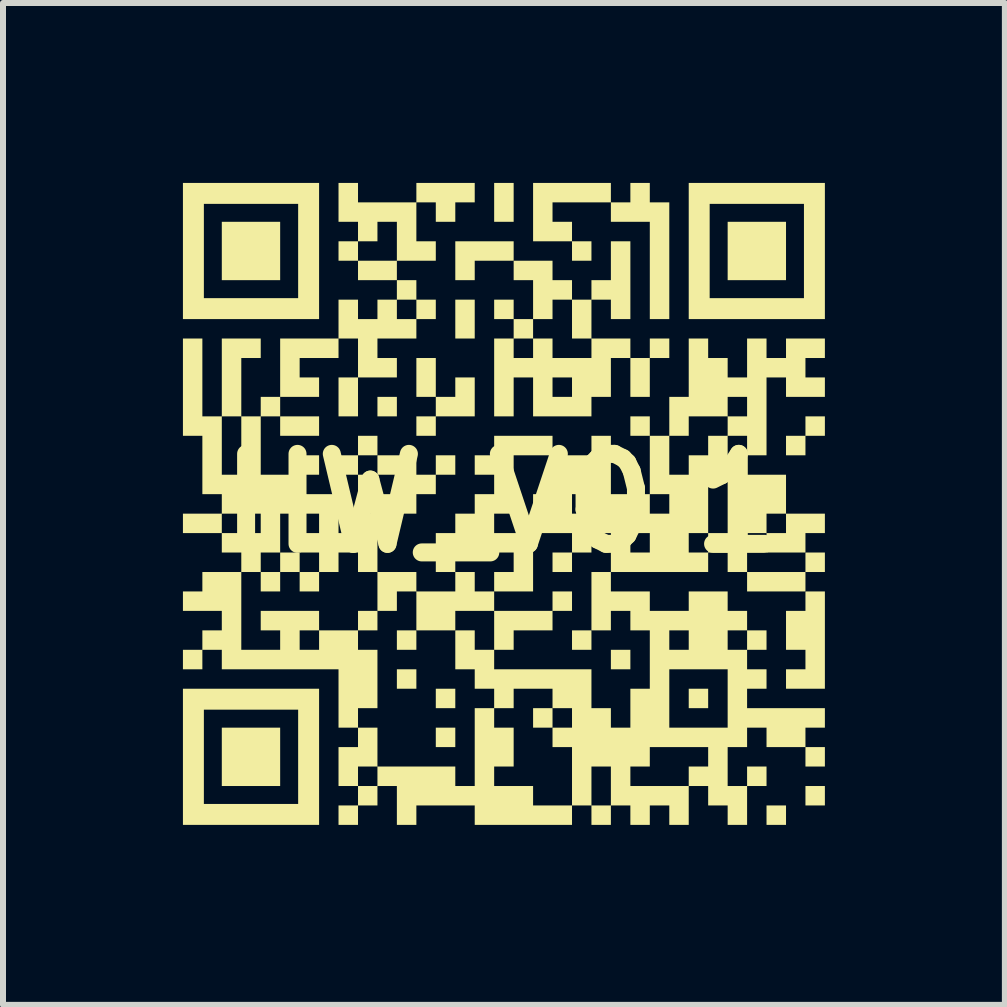
<source format=kicad_pcb>
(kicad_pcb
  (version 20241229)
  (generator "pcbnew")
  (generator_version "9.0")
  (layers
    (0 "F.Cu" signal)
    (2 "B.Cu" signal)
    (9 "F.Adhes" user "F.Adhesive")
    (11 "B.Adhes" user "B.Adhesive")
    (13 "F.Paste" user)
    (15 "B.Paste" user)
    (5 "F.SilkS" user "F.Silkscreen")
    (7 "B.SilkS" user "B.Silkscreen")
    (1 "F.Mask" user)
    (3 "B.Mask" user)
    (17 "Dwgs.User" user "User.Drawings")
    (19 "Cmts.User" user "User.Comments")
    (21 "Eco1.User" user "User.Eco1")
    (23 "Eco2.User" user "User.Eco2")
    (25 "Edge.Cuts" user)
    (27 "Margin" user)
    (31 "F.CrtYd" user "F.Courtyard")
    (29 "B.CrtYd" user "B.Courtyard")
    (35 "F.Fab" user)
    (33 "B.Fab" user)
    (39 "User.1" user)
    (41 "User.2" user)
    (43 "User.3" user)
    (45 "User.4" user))
  (footprint "HW_V0.1"
    (layer "F.Cu")
    (at 5.339 5.339)
    (property "Reference" "HW_V0.1" (at 0 0 0) (layer "F.SilkS") (effects (font (size 1.5 1.5) (thickness 0.3))))
    (attr board_only exclude_from_pos_files exclude_from_bom)
    (fp_poly (pts (xy -3.718 -4.204) (xy -3.718 -3.718) (xy -4.204 -3.718) (xy -4.691 -3.718) (xy -4.691 -4.204) (xy -4.691 -4.691) (xy -4.204 -4.691) (xy -3.718 -4.691)) (stroke (width 0) (type solid)) (fill yes) (layer "F.SilkS"))
    (fp_poly (pts (xy -3.718 4.229) (xy -3.718 4.716) (xy -4.204 4.716) (xy -4.691 4.716) (xy -4.691 4.229) (xy -4.691 3.743) (xy -4.204 3.743) (xy -3.718 3.743)) (stroke (width 0) (type solid)) (fill yes) (layer "F.SilkS"))
    (fp_poly (pts (xy -3.069 -1.285) (xy -3.069 -1.123) (xy -3.393 -1.123) (xy -3.718 -1.123) (xy -3.718 -1.285) (xy -3.718 -1.447) (xy -3.393 -1.447) (xy -3.069 -1.447)) (stroke (width 0) (type solid)) (fill yes) (layer "F.SilkS"))
    (fp_poly (pts (xy -3.069 1.31) (xy -3.069 1.472) (xy -3.231 1.472) (xy -3.393 1.472) (xy -3.393 1.31) (xy -3.393 1.148) (xy -3.231 1.148) (xy -3.069 1.148)) (stroke (width 0) (type solid)) (fill yes) (layer "F.SilkS"))
    (fp_poly (pts (xy -2.096 1.959) (xy -2.096 2.121) (xy -2.258 2.121) (xy -2.42 2.121) (xy -2.42 1.959) (xy -2.42 1.796) (xy -2.258 1.796) (xy -2.096 1.796)) (stroke (width 0) (type solid)) (fill yes) (layer "F.SilkS"))
    (fp_poly (pts (xy -1.772 -1.609) (xy -1.772 -1.447) (xy -1.934 -1.447) (xy -2.096 -1.447) (xy -2.096 -1.609) (xy -2.096 -1.772) (xy -1.934 -1.772) (xy -1.772 -1.772)) (stroke (width 0) (type solid)) (fill yes) (layer "F.SilkS"))
    (fp_poly (pts (xy -1.447 2.283) (xy -1.447 2.445) (xy -1.609 2.445) (xy -1.772 2.445) (xy -1.772 2.283) (xy -1.772 2.121) (xy -1.609 2.121) (xy -1.447 2.121)) (stroke (width 0) (type solid)) (fill yes) (layer "F.SilkS"))
    (fp_poly (pts (xy -1.447 2.932) (xy -1.447 3.094) (xy -1.609 3.094) (xy -1.772 3.094) (xy -1.772 2.932) (xy -1.772 2.77) (xy -1.609 2.77) (xy -1.447 2.77)) (stroke (width 0) (type solid)) (fill yes) (layer "F.SilkS"))
    (fp_poly (pts (xy -0.798 3.256) (xy -0.798 3.418) (xy -0.961 3.418) (xy -1.123 3.418) (xy -1.123 3.256) (xy -1.123 3.094) (xy -0.961 3.094) (xy -0.798 3.094)) (stroke (width 0) (type solid)) (fill yes) (layer "F.SilkS"))
    (fp_poly (pts (xy -0.798 3.905) (xy -0.798 4.067) (xy -0.961 4.067) (xy -1.123 4.067) (xy -1.123 3.905) (xy -1.123 3.743) (xy -0.961 3.743) (xy -0.798 3.743)) (stroke (width 0) (type solid)) (fill yes) (layer "F.SilkS"))
    (fp_poly (pts (xy -0.474 -3.069) (xy -0.474 -2.745) (xy -0.636 -2.745) (xy -0.798 -2.745) (xy -0.798 -3.069) (xy -0.798 -3.393) (xy -0.636 -3.393) (xy -0.474 -3.393)) (stroke (width 0) (type solid)) (fill yes) (layer "F.SilkS"))
    (fp_poly (pts (xy 0.175 -5.015) (xy 0.175 -4.691) (xy 0.012 -4.691) (xy -0.15 -4.691) (xy -0.15 -5.015) (xy -0.15 -5.339) (xy 0.012 -5.339) (xy 0.175 -5.339)) (stroke (width 0) (type solid)) (fill yes) (layer "F.SilkS"))
    (fp_poly (pts (xy 0.823 3.58) (xy 0.823 3.743) (xy 0.661 3.743) (xy 0.499 3.743) (xy 0.499 3.58) (xy 0.499 3.418) (xy 0.661 3.418) (xy 0.823 3.418)) (stroke (width 0) (type solid)) (fill yes) (layer "F.SilkS"))
    (fp_poly (pts (xy 1.148 0.986) (xy 1.148 1.148) (xy 0.986 1.148) (xy 0.823 1.148) (xy 0.823 0.986) (xy 0.823 0.823) (xy 0.986 0.823) (xy 1.148 0.823)) (stroke (width 0) (type solid)) (fill yes) (layer "F.SilkS"))
    (fp_poly (pts (xy 1.472 -4.204) (xy 1.472 -4.042) (xy 1.31 -4.042) (xy 1.148 -4.042) (xy 1.148 -4.204) (xy 1.148 -4.366) (xy 1.31 -4.366) (xy 1.472 -4.366)) (stroke (width 0) (type solid)) (fill yes) (layer "F.SilkS"))
    (fp_poly (pts (xy 1.472 2.283) (xy 1.472 2.445) (xy 1.31 2.445) (xy 1.148 2.445) (xy 1.148 2.283) (xy 1.148 2.121) (xy 1.31 2.121) (xy 1.472 2.121)) (stroke (width 0) (type solid)) (fill yes) (layer "F.SilkS"))
    (fp_poly (pts (xy 2.121 2.607) (xy 2.121 2.77) (xy 1.959 2.77) (xy 1.796 2.77) (xy 1.796 2.607) (xy 1.796 2.445) (xy 1.959 2.445) (xy 2.121 2.445)) (stroke (width 0) (type solid)) (fill yes) (layer "F.SilkS"))
    (fp_poly (pts (xy 3.418 3.256) (xy 3.418 3.418) (xy 3.256 3.418) (xy 3.094 3.418) (xy 3.094 3.256) (xy 3.094 3.094) (xy 3.256 3.094) (xy 3.418 3.094)) (stroke (width 0) (type solid)) (fill yes) (layer "F.SilkS"))
    (fp_poly (pts (xy 4.716 -4.204) (xy 4.716 -3.718) (xy 4.229 -3.718) (xy 3.743 -3.718) (xy 3.743 -4.204) (xy 3.743 -4.691) (xy 4.229 -4.691) (xy 4.716 -4.691)) (stroke (width 0) (type solid)) (fill yes) (layer "F.SilkS"))
    (fp_poly (pts (xy 4.716 5.202) (xy 4.716 5.364) (xy 4.554 5.364) (xy 4.391 5.364) (xy 4.391 5.202) (xy 4.391 5.04) (xy 4.554 5.04) (xy 4.716 5.04)) (stroke (width 0) (type solid)) (fill yes) (layer "F.SilkS"))
    (fp_poly (pts (xy 5.364 4.229) (xy 5.364 4.391) (xy 5.202 4.391) (xy 5.04 4.391) (xy 5.04 4.229) (xy 5.04 4.067) (xy 5.202 4.067) (xy 5.364 4.067)) (stroke (width 0) (type solid)) (fill yes) (layer "F.SilkS"))
    (fp_poly (pts (xy 5.364 4.878) (xy 5.364 5.04) (xy 5.202 5.04) (xy 5.04 5.04) (xy 5.04 4.878) (xy 5.04 4.716) (xy 5.202 4.716) (xy 5.364 4.716)) (stroke (width 0) (type solid)) (fill yes) (layer "F.SilkS"))
    (fp_poly (pts (xy 0.175 -4.204) (xy 0.175 -4.042) (xy -0.15 -4.042) (xy -0.474 -4.042) (xy -0.474 -3.88) (xy -0.474 -3.718) (xy -0.636 -3.718) (xy -0.798 -3.718) (xy -0.798 -4.042) (xy -0.798 -4.366) (xy -0.312 -4.366) (xy 0.175 -4.366)) (stroke (width 0) (type solid)) (fill yes) (layer "F.SilkS"))
    (fp_poly (pts (xy -3.393 0.986) (xy -3.393 1.148) (xy -3.556 1.148) (xy -3.718 1.148) (xy -3.718 1.31) (xy -3.718 1.472) (xy -3.88 1.472) (xy -4.042 1.472) (xy -4.042 1.31) (xy -4.042 1.148) (xy -3.88 1.148) (xy -3.718 1.148) (xy -3.718 0.986) (xy -3.718 0.823) (xy -3.556 0.823) (xy -3.393 0.823)) (stroke (width 0) (type solid)) (fill yes) (layer "F.SilkS"))
    (fp_poly (pts (xy 5.364 -1.285) (xy 5.364 -1.123) (xy 5.202 -1.123) (xy 5.04 -1.123) (xy 5.04 -0.961) (xy 5.04 -0.798) (xy 4.878 -0.798) (xy 4.716 -0.798) (xy 4.716 -0.961) (xy 4.716 -1.123) (xy 4.878 -1.123) (xy 5.04 -1.123) (xy 5.04 -1.285) (xy 5.04 -1.447) (xy 5.202 -1.447) (xy 5.364 -1.447)) (stroke (width 0) (type solid)) (fill yes) (layer "F.SilkS"))
    (fp_poly (pts (xy 5.364 0.337) (xy 5.364 0.499) (xy 5.202 0.499) (xy 5.04 0.499) (xy 5.04 0.661) (xy 5.04 0.823) (xy 4.716 0.823) (xy 4.391 0.823) (xy 4.391 0.661) (xy 4.391 0.499) (xy 4.554 0.499) (xy 4.716 0.499) (xy 4.716 0.337) (xy 4.716 0.175) (xy 5.04 0.175) (xy 5.364 0.175)) (stroke (width 0) (type solid)) (fill yes) (layer "F.SilkS"))
    (fp_poly (pts (xy -3.069 -4.204) (xy -3.069 -3.069) (xy -4.204 -3.069) (xy -5.339 -3.069) (xy -5.339 -4.204) (xy -5.339 -4.99) (xy -4.99 -4.99) (xy -4.99 -4.204) (xy -4.99 -3.418) (xy -4.204 -3.418) (xy -3.418 -3.418) (xy -3.418 -4.204) (xy -3.418 -4.99) (xy -4.204 -4.99) (xy -4.99 -4.99) (xy -5.339 -4.99) (xy -5.339 -5.339) (xy -4.204 -5.339) (xy -3.069 -5.339)) (stroke (width 0) (type solid)) (fill yes) (layer "F.SilkS"))
    (fp_poly (pts (xy -3.069 4.229) (xy -3.069 5.364) (xy -4.204 5.364) (xy -5.339 5.364) (xy -5.339 4.229) (xy -5.339 3.443) (xy -4.99 3.443) (xy -4.99 4.229) (xy -4.99 5.015) (xy -4.204 5.015) (xy -3.418 5.015) (xy -3.418 4.229) (xy -3.418 3.443) (xy -4.204 3.443) (xy -4.99 3.443) (xy -5.339 3.443) (xy -5.339 3.094) (xy -4.204 3.094) (xy -3.069 3.094)) (stroke (width 0) (type solid)) (fill yes) (layer "F.SilkS"))
    (fp_poly (pts (xy 5.364 -4.204) (xy 5.364 -3.069) (xy 4.229 -3.069) (xy 3.094 -3.069) (xy 3.094 -4.204) (xy 3.094 -4.99) (xy 3.443 -4.99) (xy 3.443 -4.204) (xy 3.443 -3.418) (xy 4.229 -3.418) (xy 5.015 -3.418) (xy 5.015 -4.204) (xy 5.015 -4.99) (xy 4.229 -4.99) (xy 3.443 -4.99) (xy 3.094 -4.99) (xy 3.094 -5.339) (xy 4.229 -5.339) (xy 5.364 -5.339)) (stroke (width 0) (type solid)) (fill yes) (layer "F.SilkS"))
    (fp_poly (pts (xy 1.148 1.634) (xy 1.148 1.796) (xy 0.986 1.796) (xy 0.823 1.796) (xy 0.823 1.959) (xy 0.823 2.121) (xy 0.499 2.121) (xy 0.175 2.121) (xy 0.175 2.283) (xy 0.175 2.445) (xy 0.012 2.445) (xy -0.15 2.445) (xy -0.15 2.121) (xy -0.15 1.796) (xy 0.337 1.796) (xy 0.823 1.796) (xy 0.823 1.634) (xy 0.823 1.472) (xy 0.986 1.472) (xy 1.148 1.472)) (stroke (width 0) (type solid)) (fill yes) (layer "F.SilkS"))
    (fp_poly (pts (xy 5.364 2.283) (xy 5.364 3.094) (xy 5.04 3.094) (xy 4.716 3.094) (xy 4.716 2.932) (xy 4.716 2.77) (xy 4.878 2.77) (xy 5.04 2.77) (xy 5.04 2.607) (xy 5.04 2.445) (xy 4.878 2.445) (xy 4.716 2.445) (xy 4.716 2.121) (xy 4.716 1.796) (xy 4.878 1.796) (xy 5.04 1.796) (xy 5.04 1.634) (xy 5.04 1.472) (xy 5.202 1.472) (xy 5.364 1.472)) (stroke (width 0) (type solid)) (fill yes) (layer "F.SilkS"))
    (fp_poly (pts (xy -1.123 -2.096) (xy -1.123 -1.772) (xy -0.961 -1.772) (xy -0.798 -1.772) (xy -0.798 -1.934) (xy -0.798 -2.096) (xy -0.636 -2.096) (xy -0.474 -2.096) (xy -0.474 -1.772) (xy -0.474 -1.447) (xy -0.798 -1.447) (xy -1.123 -1.447) (xy -1.123 -1.285) (xy -1.123 -1.123) (xy -1.285 -1.123) (xy -1.447 -1.123) (xy -1.447 -1.285) (xy -1.447 -1.447) (xy -1.285 -1.447) (xy -1.123 -1.447) (xy -1.123 -1.609) (xy -1.123 -1.772) (xy -1.285 -1.772) (xy -1.447 -1.772) (xy -1.447 -2.096) (xy -1.447 -2.42) (xy -1.285 -2.42) (xy -1.123 -2.42)) (stroke (width 0) (type solid)) (fill yes) (layer "F.SilkS"))
    (fp_poly (pts (xy -1.447 1.31) (xy -1.447 1.472) (xy -1.123 1.472) (xy -0.798 1.472) (xy -0.798 1.31) (xy -0.798 1.148) (xy -0.636 1.148) (xy -0.474 1.148) (xy -0.474 1.31) (xy -0.474 1.472) (xy -0.312 1.472) (xy -0.15 1.472) (xy -0.15 1.634) (xy -0.15 1.796) (xy -0.474 1.796) (xy -0.798 1.796) (xy -0.798 1.959) (xy -0.798 2.121) (xy -1.123 2.121) (xy -1.447 2.121) (xy -1.447 1.796) (xy -1.447 1.472) (xy -1.609 1.472) (xy -1.772 1.472) (xy -1.772 1.634) (xy -1.772 1.796) (xy -1.934 1.796) (xy -2.096 1.796) (xy -2.096 1.472) (xy -2.096 1.148) (xy -1.772 1.148) (xy -1.447 1.148)) (stroke (width 0) (type solid)) (fill yes) (layer "F.SilkS"))
    (fp_poly (pts (xy 1.796 -5.177) (xy 1.796 -5.015) (xy 1.959 -5.015) (xy 2.121 -5.015) (xy 2.121 -5.177) (xy 2.121 -5.339) (xy 2.283 -5.339) (xy 2.445 -5.339) (xy 2.445 -5.177) (xy 2.445 -5.015) (xy 2.607 -5.015) (xy 2.77 -5.015) (xy 2.77 -4.042) (xy 2.77 -3.069) (xy 2.607 -3.069) (xy 2.445 -3.069) (xy 2.445 -3.88) (xy 2.445 -4.691) (xy 2.121 -4.691) (xy 1.796 -4.691) (xy 1.796 -4.853) (xy 1.796 -5.015) (xy 1.31 -5.015) (xy 0.823 -5.015) (xy 0.823 -4.853) (xy 0.823 -4.691) (xy 0.986 -4.691) (xy 1.148 -4.691) (xy 1.148 -4.529) (xy 1.148 -4.366) (xy 0.823 -4.366) (xy 0.499 -4.366) (xy 0.499 -4.853) (xy 0.499 -5.339) (xy 1.148 -5.339) (xy 1.796 -5.339)) (stroke (width 0) (type solid)) (fill yes) (layer "F.SilkS"))
    (fp_poly (pts (xy -2.42 -5.177) (xy -2.42 -5.015) (xy -1.934 -5.015) (xy -1.447 -5.015) (xy -1.447 -5.177) (xy -1.447 -5.339) (xy -0.961 -5.339) (xy -0.474 -5.339) (xy -0.474 -5.177) (xy -0.474 -5.015) (xy -0.636 -5.015) (xy -0.798 -5.015) (xy -0.798 -4.853) (xy -0.798 -4.691) (xy -0.961 -4.691) (xy -1.123 -4.691) (xy -1.123 -4.853) (xy -1.123 -5.015) (xy -1.285 -5.015) (xy -1.447 -5.015) (xy -1.447 -4.691) (xy -1.447 -4.366) (xy -1.285 -4.366) (xy -1.123 -4.366) (xy -1.123 -4.204) (xy -1.123 -4.042) (xy -1.447 -4.042) (xy -1.772 -4.042) (xy -1.772 -3.88) (xy -1.772 -3.718) (xy -2.096 -3.718) (xy -2.42 -3.718) (xy -2.42 -3.88) (xy -2.42 -4.042) (xy -2.096 -4.042) (xy -1.772 -4.042) (xy -1.772 -4.366) (xy -1.772 -4.691) (xy -1.934 -4.691) (xy -2.096 -4.691) (xy -2.096 -4.529) (xy -2.096 -4.366) (xy -2.258 -4.366) (xy -2.42 -4.366) (xy -2.42 -4.204) (xy -2.42 -4.042) (xy -2.582 -4.042) (xy -2.745 -4.042) (xy -2.745 -4.204) (xy -2.745 -4.366) (xy -2.582 -4.366) (xy -2.42 -4.366) (xy -2.42 -4.529) (xy -2.42 -4.691) (xy -2.582 -4.691) (xy -2.745 -4.691) (xy -2.745 -5.015) (xy -2.745 -5.339) (xy -2.582 -5.339) (xy -2.42 -5.339)) (stroke (width 0) (type solid)) (fill yes) (layer "F.SilkS"))
    (fp_poly (pts (xy 2.121 -3.718) (xy 2.121 -3.069) (xy 1.959 -3.069) (xy 1.796 -3.069) (xy 1.796 -3.231) (xy 1.796 -3.393) (xy 1.634 -3.393) (xy 1.472 -3.393) (xy 1.472 -3.069) (xy 1.472 -2.745) (xy 1.31 -2.745) (xy 1.148 -2.745) (xy 1.148 -3.069) (xy 1.148 -3.393) (xy 0.986 -3.393) (xy 0.823 -3.393) (xy 0.823 -3.231) (xy 0.823 -3.069) (xy 0.661 -3.069) (xy 0.499 -3.069) (xy 0.499 -2.907) (xy 0.499 -2.745) (xy 0.337 -2.745) (xy 0.175 -2.745) (xy 0.175 -2.582) (xy 0.175 -2.42) (xy 0.337 -2.42) (xy 0.499 -2.42) (xy 0.499 -2.582) (xy 0.499 -2.745) (xy 0.661 -2.745) (xy 0.823 -2.745) (xy 0.823 -2.582) (xy 0.823 -2.42) (xy 1.148 -2.42) (xy 1.472 -2.42) (xy 1.472 -2.582) (xy 1.472 -2.745) (xy 1.796 -2.745) (xy 2.121 -2.745) (xy 2.121 -2.582) (xy 2.121 -2.42) (xy 2.283 -2.42) (xy 2.445 -2.42) (xy 2.445 -2.582) (xy 2.445 -2.745) (xy 2.607 -2.745) (xy 2.77 -2.745) (xy 2.77 -2.582) (xy 2.77 -2.42) (xy 2.607 -2.42) (xy 2.445 -2.42) (xy 2.445 -2.096) (xy 2.445 -1.772) (xy 2.283 -1.772) (xy 2.121 -1.772) (xy 2.121 -2.096) (xy 2.121 -2.42) (xy 1.959 -2.42) (xy 1.796 -2.42) (xy 1.796 -2.096) (xy 1.796 -1.772) (xy 1.634 -1.772) (xy 1.472 -1.772) (xy 1.472 -1.609) (xy 1.472 -1.447) (xy 0.986 -1.447) (xy 0.499 -1.447) (xy 0.499 -1.772) (xy 0.499 -2.096) (xy 0.823 -2.096) (xy 0.823 -1.934) (xy 0.823 -1.772) (xy 0.986 -1.772) (xy 1.148 -1.772) (xy 1.148 -1.934) (xy 1.148 -2.096) (xy 0.986 -2.096) (xy 0.823 -2.096) (xy 0.499 -2.096) (xy 0.337 -2.096) (xy 0.175 -2.096) (xy 0.175 -1.772) (xy 0.175 -1.447) (xy 0.012 -1.447) (xy -0.15 -1.447) (xy -0.15 -2.096) (xy -0.15 -2.745) (xy 0.012 -2.745) (xy 0.175 -2.745) (xy 0.175 -2.907) (xy 0.175 -3.069) (xy 0.012 -3.069) (xy -0.15 -3.069) (xy -0.15 -3.231) (xy -0.15 -3.393) (xy 0.012 -3.393) (xy 0.175 -3.393) (xy 0.175 -3.231) (xy 0.175 -3.069) (xy 0.337 -3.069) (xy 0.499 -3.069) (xy 0.499 -3.393) (xy 0.499 -3.718) (xy 0.337 -3.718) (xy 0.175 -3.718) (xy 0.175 -3.88) (xy 0.175 -4.042) (xy 0.499 -4.042) (xy 0.823 -4.042) (xy 0.823 -3.88) (xy 0.823 -3.718) (xy 0.986 -3.718) (xy 1.148 -3.718) (xy 1.148 -3.556) (xy 1.148 -3.393) (xy 1.31 -3.393) (xy 1.472 -3.393) (xy 1.472 -3.556) (xy 1.472 -3.718) (xy 1.634 -3.718) (xy 1.796 -3.718) (xy 1.796 -4.042) (xy 1.796 -4.366) (xy 1.959 -4.366) (xy 2.121 -4.366)) (stroke (width 0) (type solid)) (fill yes) (layer "F.SilkS"))
    (fp_poly (pts (xy -1.447 -3.556) (xy -1.447 -3.393) (xy -1.609 -3.393) (xy -1.772 -3.393) (xy -1.772 -3.231) (xy -1.772 -3.069) (xy -1.609 -3.069) (xy -1.447 -3.069) (xy -1.447 -3.231) (xy -1.447 -3.393) (xy -1.285 -3.393) (xy -1.123 -3.393) (xy -1.123 -3.231) (xy -1.123 -3.069) (xy -1.285 -3.069) (xy -1.447 -3.069) (xy -1.447 -2.907) (xy -1.447 -2.745) (xy -1.772 -2.745) (xy -2.096 -2.745) (xy -2.096 -2.582) (xy -2.096 -2.42) (xy -1.934 -2.42) (xy -1.772 -2.42) (xy -1.772 -2.258) (xy -1.772 -2.096) (xy -2.096 -2.096) (xy -2.42 -2.096) (xy -2.42 -1.772) (xy -2.42 -1.447) (xy -2.582 -1.447) (xy -2.745 -1.447) (xy -2.745 -1.772) (xy -2.745 -2.096) (xy -2.582 -2.096) (xy -2.42 -2.096) (xy -2.42 -2.42) (xy -2.42 -2.745) (xy -2.582 -2.745) (xy -2.745 -2.745) (xy -2.745 -2.582) (xy -2.745 -2.42) (xy -3.069 -2.42) (xy -3.393 -2.42) (xy -3.393 -2.258) (xy -3.393 -2.096) (xy -3.231 -2.096) (xy -3.069 -2.096) (xy -3.069 -1.934) (xy -3.069 -1.772) (xy -3.393 -1.772) (xy -3.718 -1.772) (xy -3.718 -1.609) (xy -3.718 -1.447) (xy -3.88 -1.447) (xy -4.042 -1.447) (xy -4.042 -0.961) (xy -4.042 -0.474) (xy -3.718 -0.474) (xy -3.393 -0.474) (xy -3.393 -0.636) (xy -3.393 -0.798) (xy -3.231 -0.798) (xy -3.069 -0.798) (xy -3.069 -0.636) (xy -3.069 -0.474) (xy -3.231 -0.474) (xy -3.393 -0.474) (xy -3.393 -0.312) (xy -3.393 -0.15) (xy -3.069 -0.15) (xy -2.745 -0.15) (xy -2.745 0.175) (xy -2.745 0.499) (xy -2.582 0.499) (xy -2.42 0.499) (xy -2.42 0.337) (xy -2.42 0.175) (xy -2.258 0.175) (xy -2.096 0.175) (xy -2.096 0.012) (xy -2.096 -0.15) (xy -2.258 -0.15) (xy -2.42 -0.15) (xy -2.42 -0.312) (xy -2.42 -0.474) (xy -2.582 -0.474) (xy -2.745 -0.474) (xy -2.745 -0.636) (xy -2.745 -0.798) (xy -2.582 -0.798) (xy -2.42 -0.798) (xy -2.42 -0.961) (xy -2.42 -1.123) (xy -2.258 -1.123) (xy -2.096 -1.123) (xy -2.096 -0.961) (xy -2.096 -0.798) (xy -2.258 -0.798) (xy -2.42 -0.798) (xy -2.42 -0.636) (xy -2.42 -0.474) (xy -2.258 -0.474) (xy -2.096 -0.474) (xy -2.096 -0.312) (xy -2.096 -0.15) (xy -1.934 -0.15) (xy -1.772 -0.15) (xy -1.772 -0.312) (xy -1.772 -0.474) (xy -1.934 -0.474) (xy -2.096 -0.474) (xy -2.096 -0.636) (xy -2.096 -0.798) (xy -1.772 -0.798) (xy -1.447 -0.798) (xy -1.447 -0.636) (xy -1.447 -0.474) (xy -1.285 -0.474) (xy -1.123 -0.474) (xy -1.123 -0.636) (xy -1.123 -0.798) (xy -0.961 -0.798) (xy -0.798 -0.798) (xy -0.798 -0.636) (xy -0.798 -0.474) (xy -0.961 -0.474) (xy -1.123 -0.474) (xy -1.123 -0.312) (xy -1.123 -0.15) (xy -1.285 -0.15) (xy -1.447 -0.15) (xy -1.447 0.012) (xy -1.447 0.175) (xy -1.772 0.175) (xy -2.096 0.175) (xy -2.096 0.661) (xy -2.096 1.148) (xy -2.258 1.148) (xy -2.42 1.148) (xy -2.42 0.986) (xy -2.42 0.823) (xy -2.582 0.823) (xy -2.745 0.823) (xy -2.745 0.986) (xy -2.745 1.148) (xy -2.907 1.148) (xy -3.069 1.148) (xy -3.069 0.986) (xy -3.069 0.823) (xy -3.231 0.823) (xy -3.393 0.823) (xy -3.393 0.661) (xy -3.393 0.499) (xy -3.231 0.499) (xy -3.069 0.499) (xy -3.069 0.337) (xy -3.069 0.175) (xy -3.393 0.175) (xy -3.718 0.175) (xy -3.718 0.499) (xy -3.718 0.823) (xy -3.88 0.823) (xy -4.042 0.823) (xy -4.042 0.986) (xy -4.042 1.148) (xy -4.204 1.148) (xy -4.366 1.148) (xy -4.366 1.796) (xy -4.366 2.445) (xy -4.042 2.445) (xy -3.718 2.445) (xy -3.718 2.283) (xy -3.718 2.121) (xy -3.88 2.121) (xy -4.042 2.121) (xy -4.042 1.959) (xy -4.042 1.796) (xy -3.556 1.796) (xy -3.069 1.796) (xy -3.069 1.959) (xy -3.069 2.121) (xy -3.231 2.121) (xy -3.393 2.121) (xy -3.393 2.283) (xy -3.393 2.445) (xy -3.231 2.445) (xy -3.069 2.445) (xy -3.069 2.283) (xy -3.069 2.121) (xy -2.745 2.121) (xy -2.42 2.121) (xy -2.42 2.283) (xy -2.42 2.445) (xy -2.258 2.445) (xy -2.096 2.445) (xy -2.096 2.932) (xy -2.096 3.418) (xy -2.258 3.418) (xy -2.42 3.418) (xy -2.42 3.58) (xy -2.42 3.743) (xy -2.582 3.743) (xy -2.745 3.743) (xy -2.745 3.256) (xy -2.745 2.77) (xy -3.718 2.77) (xy -4.691 2.77) (xy -4.691 2.607) (xy -4.691 2.445) (xy -4.853 2.445) (xy -5.015 2.445) (xy -5.015 2.607) (xy -5.015 2.77) (xy -5.177 2.77) (xy -5.339 2.77) (xy -5.339 2.607) (xy -5.339 2.445) (xy -5.177 2.445) (xy -5.015 2.445) (xy -5.015 2.283) (xy -5.015 2.121) (xy -4.853 2.121) (xy -4.691 2.121) (xy -4.691 1.959) (xy -4.691 1.796) (xy -5.015 1.796) (xy -5.339 1.796) (xy -5.339 1.634) (xy -5.339 1.472) (xy -5.177 1.472) (xy -5.015 1.472) (xy -5.015 1.31) (xy -5.015 1.148) (xy -4.691 1.148) (xy -4.366 1.148) (xy -4.366 0.986) (xy -4.366 0.823) (xy -4.529 0.823) (xy -4.691 0.823) (xy -4.691 0.661) (xy -4.691 0.499) (xy -5.015 0.499) (xy -5.339 0.499) (xy -5.339 0.337) (xy -5.339 0.175) (xy -5.015 0.175) (xy -4.691 0.175) (xy -4.691 0.337) (xy -4.691 0.499) (xy -4.366 0.499) (xy -4.042 0.499) (xy -4.042 0.337) (xy -4.042 0.175) (xy -4.366 0.175) (xy -4.691 0.175) (xy -4.691 0.012) (xy -4.691 -0.15) (xy -4.853 -0.15) (xy -5.015 -0.15) (xy -5.015 -0.636) (xy -5.015 -1.123) (xy -5.177 -1.123) (xy -5.339 -1.123) (xy -5.339 -1.934) (xy -5.339 -2.745) (xy -5.177 -2.745) (xy -5.015 -2.745) (xy -5.015 -2.096) (xy -5.015 -1.447) (xy -4.853 -1.447) (xy -4.691 -1.447) (xy -4.691 -0.961) (xy -4.691 -0.474) (xy -4.529 -0.474) (xy -4.366 -0.474) (xy -4.366 -0.961) (xy -4.366 -1.447) (xy -4.529 -1.447) (xy -4.691 -1.447) (xy -4.691 -2.096) (xy -4.691 -2.745) (xy -4.366 -2.745) (xy -4.042 -2.745) (xy -4.042 -2.582) (xy -4.042 -2.42) (xy -4.204 -2.42) (xy -4.366 -2.42) (xy -4.366 -1.934) (xy -4.366 -1.447) (xy -4.204 -1.447) (xy -4.042 -1.447) (xy -4.042 -1.609) (xy -4.042 -1.772) (xy -3.88 -1.772) (xy -3.718 -1.772) (xy -3.718 -2.258) (xy -3.718 -2.745) (xy -3.231 -2.745) (xy -2.745 -2.745) (xy -2.745 -3.069) (xy -2.745 -3.393) (xy -2.582 -3.393) (xy -2.42 -3.393) (xy -2.42 -3.231) (xy -2.42 -3.069) (xy -2.258 -3.069) (xy -2.096 -3.069) (xy -2.096 -3.231) (xy -2.096 -3.393) (xy -1.934 -3.393) (xy -1.772 -3.393) (xy -1.772 -3.556) (xy -1.772 -3.718) (xy -1.609 -3.718) (xy -1.447 -3.718)) (stroke (width 0) (type solid)) (fill yes) (layer "F.SilkS"))
    (fp_poly (pts (xy 3.418 -2.582) (xy 3.418 -2.42) (xy 3.58 -2.42) (xy 3.743 -2.42) (xy 3.743 -2.258) (xy 3.743 -2.096) (xy 3.905 -2.096) (xy 4.067 -2.096) (xy 4.067 -2.42) (xy 4.067 -2.745) (xy 4.229 -2.745) (xy 4.391 -2.745) (xy 4.391 -2.582) (xy 4.391 -2.42) (xy 4.554 -2.42) (xy 4.716 -2.42) (xy 4.716 -2.582) (xy 4.716 -2.745) (xy 5.04 -2.745) (xy 5.364 -2.745) (xy 5.364 -2.582) (xy 5.364 -2.42) (xy 5.202 -2.42) (xy 5.04 -2.42) (xy 5.04 -2.258) (xy 5.04 -2.096) (xy 5.202 -2.096) (xy 5.364 -2.096) (xy 5.364 -1.934) (xy 5.364 -1.772) (xy 5.04 -1.772) (xy 4.716 -1.772) (xy 4.716 -1.934) (xy 4.716 -2.096) (xy 4.554 -2.096) (xy 4.391 -2.096) (xy 4.391 -1.447) (xy 4.391 -0.798) (xy 4.229 -0.798) (xy 4.067 -0.798) (xy 4.067 -0.961) (xy 4.067 -1.123) (xy 3.905 -1.123) (xy 3.743 -1.123) (xy 3.743 -0.798) (xy 3.743 -0.474) (xy 3.58 -0.474) (xy 3.418 -0.474) (xy 3.418 0.012) (xy 3.418 0.499) (xy 3.256 0.499) (xy 3.094 0.499) (xy 3.094 0.661) (xy 3.094 0.823) (xy 3.256 0.823) (xy 3.418 0.823) (xy 3.418 0.661) (xy 3.418 0.499) (xy 3.58 0.499) (xy 3.743 0.499) (xy 3.743 0.012) (xy 3.743 -0.474) (xy 4.229 -0.474) (xy 4.716 -0.474) (xy 4.716 -0.15) (xy 4.716 0.175) (xy 4.554 0.175) (xy 4.391 0.175) (xy 4.391 0.337) (xy 4.391 0.499) (xy 4.229 0.499) (xy 4.067 0.499) (xy 4.067 0.823) (xy 4.067 1.148) (xy 4.554 1.148) (xy 5.04 1.148) (xy 5.04 0.986) (xy 5.04 0.823) (xy 5.202 0.823) (xy 5.364 0.823) (xy 5.364 0.986) (xy 5.364 1.148) (xy 5.202 1.148) (xy 5.04 1.148) (xy 5.04 1.31) (xy 5.04 1.472) (xy 4.554 1.472) (xy 4.067 1.472) (xy 4.067 1.31) (xy 4.067 1.148) (xy 3.905 1.148) (xy 3.743 1.148) (xy 3.743 0.986) (xy 3.743 0.823) (xy 3.58 0.823) (xy 3.418 0.823) (xy 3.418 0.986) (xy 3.418 1.148) (xy 2.607 1.148) (xy 1.796 1.148) (xy 1.796 1.31) (xy 1.796 1.472) (xy 2.121 1.472) (xy 2.445 1.472) (xy 2.445 1.634) (xy 2.445 1.796) (xy 2.77 1.796) (xy 3.094 1.796) (xy 3.094 1.634) (xy 3.094 1.472) (xy 3.418 1.472) (xy 3.743 1.472) (xy 3.743 1.634) (xy 3.743 1.796) (xy 3.905 1.796) (xy 4.067 1.796) (xy 4.067 1.959) (xy 4.067 2.121) (xy 3.905 2.121) (xy 3.743 2.121) (xy 3.743 2.283) (xy 3.743 2.445) (xy 3.905 2.445) (xy 4.067 2.445) (xy 4.067 2.283) (xy 4.067 2.121) (xy 4.229 2.121) (xy 4.391 2.121) (xy 4.391 2.283) (xy 4.391 2.445) (xy 4.229 2.445) (xy 4.067 2.445) (xy 4.067 2.607) (xy 4.067 2.77) (xy 4.229 2.77) (xy 4.391 2.77) (xy 4.391 2.932) (xy 4.391 3.094) (xy 4.229 3.094) (xy 4.067 3.094) (xy 4.067 3.256) (xy 4.067 3.418) (xy 4.716 3.418) (xy 5.364 3.418) (xy 5.364 3.58) (xy 5.364 3.743) (xy 5.202 3.743) (xy 5.04 3.743) (xy 5.04 3.905) (xy 5.04 4.067) (xy 4.716 4.067) (xy 4.391 4.067) (xy 4.391 3.905) (xy 4.391 3.743) (xy 4.229 3.743) (xy 4.067 3.743) (xy 4.067 3.905) (xy 4.067 4.067) (xy 3.905 4.067) (xy 3.743 4.067) (xy 3.743 4.391) (xy 3.743 4.716) (xy 3.905 4.716) (xy 4.067 4.716) (xy 4.067 4.554) (xy 4.067 4.391) (xy 4.229 4.391) (xy 4.391 4.391) (xy 4.391 4.554) (xy 4.391 4.716) (xy 4.229 4.716) (xy 4.067 4.716) (xy 4.067 5.04) (xy 4.067 5.364) (xy 3.905 5.364) (xy 3.743 5.364) (xy 3.743 5.202) (xy 3.743 5.04) (xy 3.58 5.04) (xy 3.418 5.04) (xy 3.418 4.878) (xy 3.418 4.716) (xy 3.256 4.716) (xy 3.094 4.716) (xy 3.094 5.04) (xy 3.094 5.364) (xy 2.932 5.364) (xy 2.77 5.364) (xy 2.77 5.202) (xy 2.77 5.04) (xy 2.607 5.04) (xy 2.445 5.04) (xy 2.445 5.202) (xy 2.445 5.364) (xy 2.283 5.364) (xy 2.121 5.364) (xy 2.121 5.202) (xy 2.121 5.04) (xy 1.959 5.04) (xy 1.796 5.04) (xy 1.796 5.202) (xy 1.796 5.364) (xy 1.634 5.364) (xy 1.472 5.364) (xy 1.472 5.202) (xy 1.472 5.04) (xy 1.31 5.04) (xy 1.148 5.04) (xy 1.148 5.202) (xy 1.148 5.364) (xy 0.337 5.364) (xy -0.474 5.364) (xy -0.474 5.202) (xy -0.474 5.04) (xy -0.961 5.04) (xy -1.447 5.04) (xy -1.447 5.202) (xy -1.447 5.364) (xy -1.609 5.364) (xy -1.772 5.364) (xy -1.772 5.04) (xy -1.772 4.716) (xy -1.934 4.716) (xy -2.096 4.716) (xy -2.096 4.878) (xy -2.096 5.04) (xy -2.258 5.04) (xy -2.42 5.04) (xy -2.42 5.202) (xy -2.42 5.364) (xy -2.582 5.364) (xy -2.745 5.364) (xy -2.745 5.202) (xy -2.745 5.04) (xy -2.582 5.04) (xy -2.42 5.04) (xy -2.42 4.878) (xy -2.42 4.716) (xy -2.582 4.716) (xy -2.745 4.716) (xy -2.745 4.391) (xy -2.745 4.067) (xy -2.582 4.067) (xy -2.42 4.067) (xy -2.42 3.905) (xy -2.42 3.743) (xy -2.258 3.743) (xy -2.096 3.743) (xy -2.096 4.067) (xy -2.096 4.391) (xy -2.258 4.391) (xy -2.42 4.391) (xy -2.42 4.554) (xy -2.42 4.716) (xy -2.258 4.716) (xy -2.096 4.716) (xy -2.096 4.554) (xy -2.096 4.391) (xy -1.447 4.391) (xy -0.798 4.391) (xy -0.798 4.554) (xy -0.798 4.716) (xy -0.636 4.716) (xy -0.474 4.716) (xy -0.474 4.067) (xy -0.474 3.418) (xy -0.312 3.418) (xy -0.15 3.418) (xy -0.15 3.58) (xy -0.15 3.743) (xy 0.012 3.743) (xy 0.175 3.743) (xy 0.175 4.067) (xy 0.175 4.391) (xy 0.012 4.391) (xy -0.15 4.391) (xy -0.15 4.554) (xy -0.15 4.716) (xy 0.175 4.716) (xy 0.499 4.716) (xy 0.499 4.878) (xy 0.499 5.04) (xy 0.823 5.04) (xy 1.148 5.04) (xy 1.148 4.554) (xy 1.148 4.391) (xy 1.472 4.391) (xy 1.472 4.716) (xy 1.472 5.04) (xy 1.634 5.04) (xy 1.796 5.04) (xy 1.796 4.716) (xy 2.121 4.716) (xy 2.607 4.716) (xy 3.094 4.716) (xy 3.094 4.554) (xy 3.094 4.391) (xy 3.256 4.391) (xy 3.418 4.391) (xy 3.418 4.229) (xy 3.418 4.067) (xy 2.932 4.067) (xy 2.445 4.067) (xy 2.445 4.229) (xy 2.445 4.391) (xy 2.283 4.391) (xy 2.121 4.391) (xy 2.121 4.554) (xy 2.121 4.716) (xy 1.796 4.716) (xy 1.796 4.391) (xy 1.634 4.391) (xy 1.472 4.391) (xy 1.148 4.391) (xy 1.148 4.067) (xy 0.986 4.067) (xy 0.823 4.067) (xy 0.823 3.905) (xy 0.823 3.743) (xy 0.986 3.743) (xy 1.148 3.743) (xy 1.148 3.58) (xy 1.148 3.418) (xy 0.986 3.418) (xy 0.823 3.418) (xy 0.823 3.256) (xy 0.823 3.094) (xy 0.499 3.094) (xy 0.175 3.094) (xy 0.175 3.256) (xy 0.175 3.418) (xy 0.012 3.418) (xy -0.15 3.418) (xy -0.15 3.256) (xy -0.15 3.094) (xy -0.312 3.094) (xy -0.474 3.094) (xy -0.474 2.932) (xy -0.474 2.77) (xy -0.636 2.77) (xy -0.798 2.77) (xy -0.798 2.445) (xy -0.798 2.121) (xy -0.636 2.121) (xy -0.474 2.121) (xy -0.474 2.283) (xy -0.474 2.445) (xy -0.312 2.445) (xy -0.15 2.445) (xy -0.15 2.607) (xy -0.15 2.77) (xy 0.661 2.77) (xy 1.472 2.77) (xy 1.472 3.094) (xy 1.472 3.418) (xy 1.634 3.418) (xy 1.796 3.418) (xy 1.796 3.58) (xy 1.796 3.743) (xy 1.959 3.743) (xy 2.121 3.743) (xy 2.121 3.418) (xy 2.121 3.094) (xy 2.283 3.094) (xy 2.445 3.094) (xy 2.445 2.77) (xy 2.77 2.77) (xy 2.77 3.256) (xy 2.77 3.743) (xy 3.256 3.743) (xy 3.743 3.743) (xy 3.743 3.256) (xy 3.743 2.77) (xy 3.256 2.77) (xy 2.77 2.77) (xy 2.445 2.77) (xy 2.445 2.607) (xy 2.445 2.121) (xy 2.77 2.121) (xy 2.77 2.283) (xy 2.77 2.445) (xy 2.932 2.445) (xy 3.094 2.445) (xy 3.094 2.283) (xy 3.094 2.121) (xy 2.932 2.121) (xy 2.77 2.121) (xy 2.445 2.121) (xy 2.283 2.121) (xy 2.121 2.121) (xy 2.121 1.959) (xy 2.121 1.796) (xy 1.959 1.796) (xy 1.796 1.796) (xy 1.796 1.959) (xy 1.796 2.121) (xy 1.634 2.121) (xy 1.472 2.121) (xy 1.472 1.634) (xy 1.472 1.148) (xy 1.634 1.148) (xy 1.796 1.148) (xy 1.796 0.823) (xy 1.796 0.499) (xy 2.121 0.499) (xy 2.121 0.661) (xy 2.121 0.823) (xy 2.283 0.823) (xy 2.445 0.823) (xy 2.445 0.661) (xy 2.445 0.499) (xy 2.283 0.499) (xy 2.121 0.499) (xy 1.796 0.499) (xy 1.634 0.499) (xy 1.472 0.499) (xy 1.472 0.661) (xy 1.472 0.823) (xy 1.31 0.823) (xy 1.148 0.823) (xy 1.148 0.661) (xy 1.148 0.499) (xy 0.823 0.499) (xy 0.499 0.499) (xy 0.499 0.986) (xy 0.499 1.472) (xy 0.175 1.472) (xy -0.15 1.472) (xy -0.15 1.31) (xy -0.15 1.148) (xy 0.012 1.148) (xy 0.175 1.148) (xy 0.175 0.986) (xy 0.175 0.823) (xy -0.312 0.823) (xy -0.798 0.823) (xy -0.798 0.986) (xy -0.798 1.148) (xy -0.961 1.148) (xy -1.123 1.148) (xy -1.123 0.823) (xy -1.123 0.499) (xy -0.961 0.499) (xy -0.798 0.499) (xy -0.15 0.499) (xy 0.175 0.499) (xy 0.499 0.499) (xy 0.499 0.175) (xy 0.499 -0.15) (xy 0.661 -0.15) (xy 0.823 -0.15) (xy 1.148 -0.15) (xy 1.148 0.012) (xy 1.148 0.175) (xy 1.31 0.175) (xy 1.472 0.175) (xy 1.472 0.012) (xy 1.472 -0.15) (xy 1.31 -0.15) (xy 1.148 -0.15) (xy 0.823 -0.15) (xy 0.823 -0.474) (xy 0.823 -0.798) (xy 0.499 -0.798) (xy 0.175 -0.798) (xy 0.175 -0.312) (xy 0.175 0.175) (xy 0.012 0.175) (xy -0.15 0.175) (xy -0.15 0.337) (xy -0.15 0.499) (xy -0.798 0.499) (xy -0.798 0.337) (xy -0.798 0.175) (xy -0.636 0.175) (xy -0.474 0.175) (xy -0.474 0.012) (xy -0.474 -0.15) (xy -0.312 -0.15) (xy -0.15 -0.15) (xy -0.15 -0.312) (xy -0.15 -0.474) (xy -0.312 -0.474) (xy -0.474 -0.474) (xy -0.474 -0.636) (xy -0.474 -0.798) (xy -0.312 -0.798) (xy -0.15 -0.798) (xy -0.15 -0.961) (xy -0.15 -1.123) (xy 0.337 -1.123) (xy 0.823 -1.123) (xy 0.823 -0.961) (xy 0.823 -0.798) (xy 1.148 -0.798) (xy 1.472 -0.798) (xy 1.472 -0.961) (xy 1.472 -1.123) (xy 1.634 -1.123) (xy 1.796 -1.123) (xy 1.796 -0.636) (xy 1.796 -0.15) (xy 2.121 -0.15) (xy 2.445 -0.15) (xy 2.445 0.012) (xy 2.445 0.175) (xy 2.607 0.175) (xy 2.77 0.175) (xy 2.77 0.012) (xy 2.77 -0.15) (xy 2.607 -0.15) (xy 2.445 -0.15) (xy 2.445 -0.474) (xy 2.77 -0.474) (xy 2.932 -0.474) (xy 3.094 -0.474) (xy 3.094 -0.636) (xy 3.094 -0.798) (xy 3.256 -0.798) (xy 3.418 -0.798) (xy 3.418 -0.961) (xy 3.418 -1.123) (xy 3.58 -1.123) (xy 3.743 -1.123) (xy 3.743 -1.285) (xy 3.743 -1.447) (xy 3.905 -1.447) (xy 4.067 -1.447) (xy 4.067 -1.609) (xy 4.067 -1.772) (xy 3.905 -1.772) (xy 3.743 -1.772) (xy 3.743 -1.609) (xy 3.743 -1.447) (xy 3.418 -1.447) (xy 3.094 -1.447) (xy 3.094 -1.285) (xy 3.094 -1.123) (xy 2.932 -1.123) (xy 2.77 -1.123) (xy 2.77 -0.798) (xy 2.77 -0.474) (xy 2.445 -0.474) (xy 2.445 -0.636) (xy 2.445 -1.123) (xy 2.283 -1.123) (xy 2.121 -1.123) (xy 2.121 -1.285) (xy 2.121 -1.447) (xy 2.283 -1.447) (xy 2.445 -1.447) (xy 2.445 -1.285) (xy 2.445 -1.123) (xy 2.607 -1.123) (xy 2.77 -1.123) (xy 2.77 -1.447) (xy 2.77 -1.772) (xy 2.932 -1.772) (xy 3.094 -1.772) (xy 3.094 -2.258) (xy 3.094 -2.745) (xy 3.256 -2.745) (xy 3.418 -2.745)) (stroke (width 0) (type solid)) (fill yes) (layer "F.SilkS")))
  (gr_rect
    (start -3 -3)
    (end 13.704 13.704)
    (stroke (width 0.1) (type default))
    (fill no)
    (layer "Edge.Cuts")))
</source>
